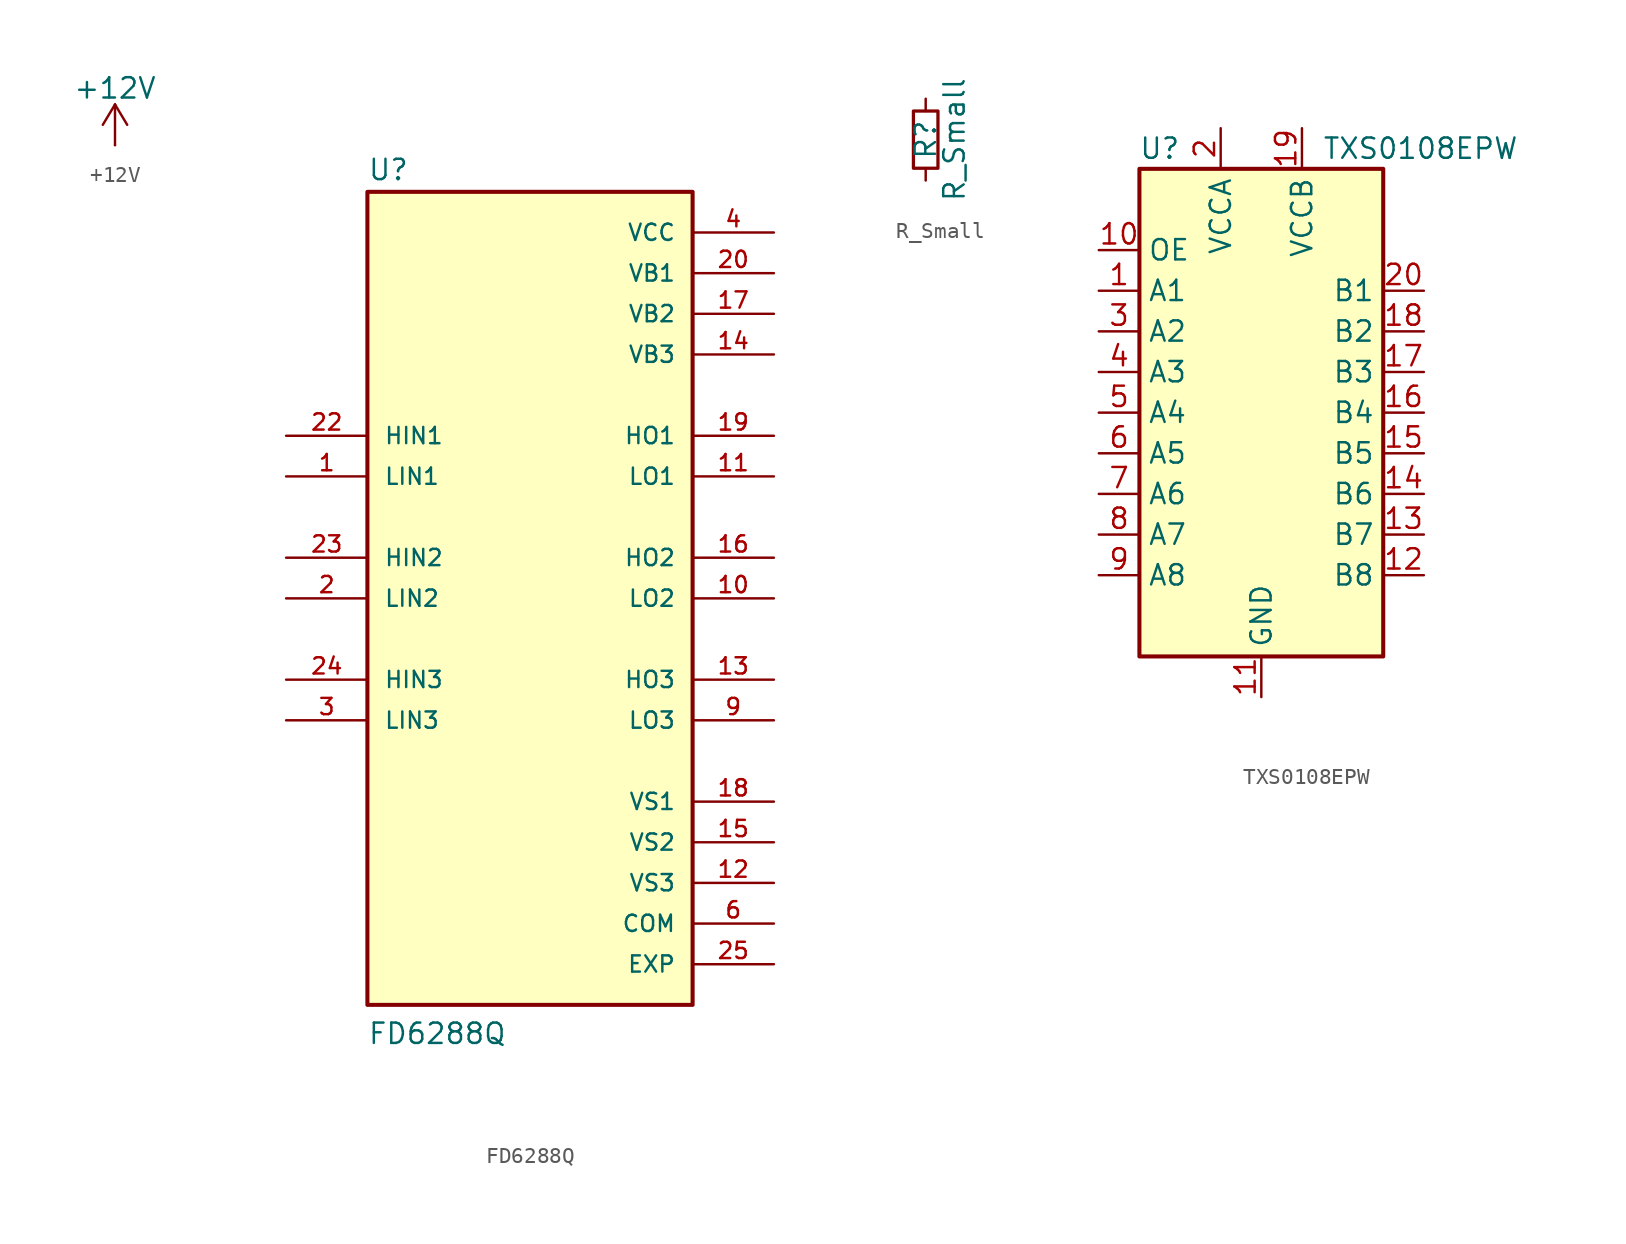
<source format=kicad_sym>
(kicad_symbol_lib
  (version 20241209)
  (generator "kicad_symbol_editor")
  (generator_version "9.0")
  (symbol "+12V"
    (power)
    (pin_numbers
      (hide yes))
    (pin_names
      (offset 0)
      (hide yes))
    (property "Reference" "#PWR"
      (at 0 -3.81 0)
      (effects (font (size 1.27 1.27)) (hide yes)))
    (property "Value" "+12V"
      (at 0 3.556 0)
      (effects (font (size 1.27 1.27))))
    (symbol "+12V_0_1"
      (polyline (pts (xy -0.762 1.27) (xy 0 2.54)) (stroke (width 0) (type default)) (fill (type none)))
      (polyline (pts (xy 0 2.54) (xy 0.762 1.27)) (stroke (width 0) (type default)) (fill (type none)))
      (polyline (pts (xy 0 0) (xy 0 2.54)) (stroke (width 0) (type default)) (fill (type none))))
    (symbol "+12V_1_1"
      (pin power_in line (at 0 0 90) (length 0) (name "~" (effects (font (size 1.27 1.27)))) (number "1" (effects (font (size 1.27 1.27)))))))
  (symbol "FD6288Q"
    (pin_names
      (offset 1.016))
    (property "Reference" "U"
      (at -10.16 26.035 0)
      (effects (font (size 1.27 1.27)) (justify left bottom)))
    (property "Value" "FD6288Q"
      (at -10.16 -27.94 0)
      (effects (font (size 1.27 1.27)) (justify left bottom)))
    (symbol "FD6288Q_0_0"
      (rectangle (start -10.16 -25.4) (end 10.16 25.4) (stroke (width 0.254) (type default)) (fill (type background)))
      (pin input line (at -15.24 10.16 0) (length 5.08) (name "HIN1" (effects (font (size 1.016 1.016)))) (number "22" (effects (font (size 1.016 1.016)))))
      (pin input line (at -15.24 7.62 0) (length 5.08) (name "LIN1" (effects (font (size 1.016 1.016)))) (number "1" (effects (font (size 1.016 1.016)))))
      (pin input line (at -15.24 2.54 0) (length 5.08) (name "HIN2" (effects (font (size 1.016 1.016)))) (number "23" (effects (font (size 1.016 1.016)))))
      (pin input line (at -15.24 0 0) (length 5.08) (name "LIN2" (effects (font (size 1.016 1.016)))) (number "2" (effects (font (size 1.016 1.016)))))
      (pin input line (at -15.24 -5.08 0) (length 5.08) (name "HIN3" (effects (font (size 1.016 1.016)))) (number "24" (effects (font (size 1.016 1.016)))))
      (pin input line (at -15.24 -7.62 0) (length 5.08) (name "LIN3" (effects (font (size 1.016 1.016)))) (number "3" (effects (font (size 1.016 1.016)))))
      (pin power_in line (at 15.24 22.86 180) (length 5.08) (name "VCC" (effects (font (size 1.016 1.016)))) (number "4" (effects (font (size 1.016 1.016)))))
      (pin output line (at 15.24 10.16 180) (length 5.08) (name "HO1" (effects (font (size 1.016 1.016)))) (number "19" (effects (font (size 1.016 1.016)))))
      (pin output line (at 15.24 7.62 180) (length 5.08) (name "LO1" (effects (font (size 1.016 1.016)))) (number "11" (effects (font (size 1.016 1.016)))))
      (pin output line (at 15.24 2.54 180) (length 5.08) (name "HO2" (effects (font (size 1.016 1.016)))) (number "16" (effects (font (size 1.016 1.016)))))
      (pin output line (at 15.24 0 180) (length 5.08) (name "LO2" (effects (font (size 1.016 1.016)))) (number "10" (effects (font (size 1.016 1.016)))))
      (pin output line (at 15.24 -5.08 180) (length 5.08) (name "HO3" (effects (font (size 1.016 1.016)))) (number "13" (effects (font (size 1.016 1.016)))))
      (pin output line (at 15.24 -7.62 180) (length 5.08) (name "LO3" (effects (font (size 1.016 1.016)))) (number "9" (effects (font (size 1.016 1.016)))))
      (pin power_in line (at 15.24 -20.32 180) (length 5.08) (name "COM" (effects (font (size 1.016 1.016)))) (number "6" (effects (font (size 1.016 1.016)))))
      (pin power_in line (at 15.24 -22.86 180) (length 5.08) (name "EXP" (effects (font (size 1.016 1.016)))) (number "25" (effects (font (size 1.016 1.016))))))
    (symbol "FD6288Q_1_0"
      (pin input line (at 15.24 20.32 180) (length 5.08) (name "VB1" (effects (font (size 1.016 1.016)))) (number "20" (effects (font (size 1.016 1.016)))))
      (pin input line (at 15.24 17.78 180) (length 5.08) (name "VB2" (effects (font (size 1.016 1.016)))) (number "17" (effects (font (size 1.016 1.016)))))
      (pin input line (at 15.24 15.24 180) (length 5.08) (name "VB3" (effects (font (size 1.016 1.016)))) (number "14" (effects (font (size 1.016 1.016)))))
      (pin input line (at 15.24 -12.7 180) (length 5.08) (name "VS1" (effects (font (size 1.016 1.016)))) (number "18" (effects (font (size 1.016 1.016)))))
      (pin input line (at 15.24 -15.24 180) (length 5.08) (name "VS2" (effects (font (size 1.016 1.016)))) (number "15" (effects (font (size 1.016 1.016)))))
      (pin input line (at 15.24 -17.78 180) (length 5.08) (name "VS3" (effects (font (size 1.016 1.016)))) (number "12" (effects (font (size 1.016 1.016)))))))
  (symbol "R_Small"
    (pin_numbers
      (hide yes))
    (pin_names
      (offset 0.254)
      (hide yes))
    (property "Reference" "R"
      (at 0 0 90)
      (effects (font (size 1.27 1.27))))
    (property "Value" "R_Small"
      (at 1.778 0 90)
      (effects (font (size 1.27 1.27))))
    (symbol "R_Small_0_1"
      (rectangle (start -0.762 1.778) (end 0.762 -1.778) (stroke (width 0.203) (type default)) (fill (type none))))
    (symbol "R_Small_1_1"
      (pin passive line (at 0 2.54 270) (length 0.762) (name "~" (effects (font (size 1.27 1.27)))) (number "1" (effects (font (size 1.27 1.27)))))
      (pin passive line (at 0 -2.54 90) (length 0.762) (name "~" (effects (font (size 1.27 1.27)))) (number "2" (effects (font (size 1.27 1.27)))))))
  (symbol "TXS0108EPW"
    (property "Reference" "U"
      (at -6.35 16.51 0)
      (effects (font (size 1.27 1.27))))
    (property "Value" "TXS0108EPW"
      (at 3.81 16.51 0)
      (effects (font (size 1.27 1.27)) (justify left)))
    (symbol "TXS0108EPW_0_1"
      (rectangle (start -7.62 15.24) (end 7.62 -15.24) (stroke (width 0.254) (type default)) (fill (type background))))
    (symbol "TXS0108EPW_1_1"
      (pin input line (at -10.16 10.16 0) (length 2.54) (name "OE" (effects (font (size 1.27 1.27)))) (number "10" (effects (font (size 1.27 1.27)))))
      (pin bidirectional line (at -10.16 7.62 0) (length 2.54) (name "A1" (effects (font (size 1.27 1.27)))) (number "1" (effects (font (size 1.27 1.27)))))
      (pin bidirectional line (at -10.16 5.08 0) (length 2.54) (name "A2" (effects (font (size 1.27 1.27)))) (number "3" (effects (font (size 1.27 1.27)))))
      (pin bidirectional line (at -10.16 2.54 0) (length 2.54) (name "A3" (effects (font (size 1.27 1.27)))) (number "4" (effects (font (size 1.27 1.27)))))
      (pin bidirectional line (at -10.16 0 0) (length 2.54) (name "A4" (effects (font (size 1.27 1.27)))) (number "5" (effects (font (size 1.27 1.27)))))
      (pin bidirectional line (at -10.16 -2.54 0) (length 2.54) (name "A5" (effects (font (size 1.27 1.27)))) (number "6" (effects (font (size 1.27 1.27)))))
      (pin bidirectional line (at -10.16 -5.08 0) (length 2.54) (name "A6" (effects (font (size 1.27 1.27)))) (number "7" (effects (font (size 1.27 1.27)))))
      (pin bidirectional line (at -10.16 -7.62 0) (length 2.54) (name "A7" (effects (font (size 1.27 1.27)))) (number "8" (effects (font (size 1.27 1.27)))))
      (pin bidirectional line (at -10.16 -10.16 0) (length 2.54) (name "A8" (effects (font (size 1.27 1.27)))) (number "9" (effects (font (size 1.27 1.27)))))
      (pin power_in line (at -2.54 17.78 270) (length 2.54) (name "VCCA" (effects (font (size 1.27 1.27)))) (number "2" (effects (font (size 1.27 1.27)))))
      (pin power_in line (at 0 -17.78 90) (length 2.54) (name "GND" (effects (font (size 1.27 1.27)))) (number "11" (effects (font (size 1.27 1.27)))))
      (pin power_in line (at 2.54 17.78 270) (length 2.54) (name "VCCB" (effects (font (size 1.27 1.27)))) (number "19" (effects (font (size 1.27 1.27)))))
      (pin bidirectional line (at 10.16 7.62 180) (length 2.54) (name "B1" (effects (font (size 1.27 1.27)))) (number "20" (effects (font (size 1.27 1.27)))))
      (pin bidirectional line (at 10.16 5.08 180) (length 2.54) (name "B2" (effects (font (size 1.27 1.27)))) (number "18" (effects (font (size 1.27 1.27)))))
      (pin bidirectional line (at 10.16 2.54 180) (length 2.54) (name "B3" (effects (font (size 1.27 1.27)))) (number "17" (effects (font (size 1.27 1.27)))))
      (pin bidirectional line (at 10.16 0 180) (length 2.54) (name "B4" (effects (font (size 1.27 1.27)))) (number "16" (effects (font (size 1.27 1.27)))))
      (pin bidirectional line (at 10.16 -2.54 180) (length 2.54) (name "B5" (effects (font (size 1.27 1.27)))) (number "15" (effects (font (size 1.27 1.27)))))
      (pin bidirectional line (at 10.16 -5.08 180) (length 2.54) (name "B6" (effects (font (size 1.27 1.27)))) (number "14" (effects (font (size 1.27 1.27)))))
      (pin bidirectional line (at 10.16 -7.62 180) (length 2.54) (name "B7" (effects (font (size 1.27 1.27)))) (number "13" (effects (font (size 1.27 1.27)))))
      (pin bidirectional line (at 10.16 -10.16 180) (length 2.54) (name "B8" (effects (font (size 1.27 1.27)))) (number "12" (effects (font (size 1.27 1.27))))))))
</source>
